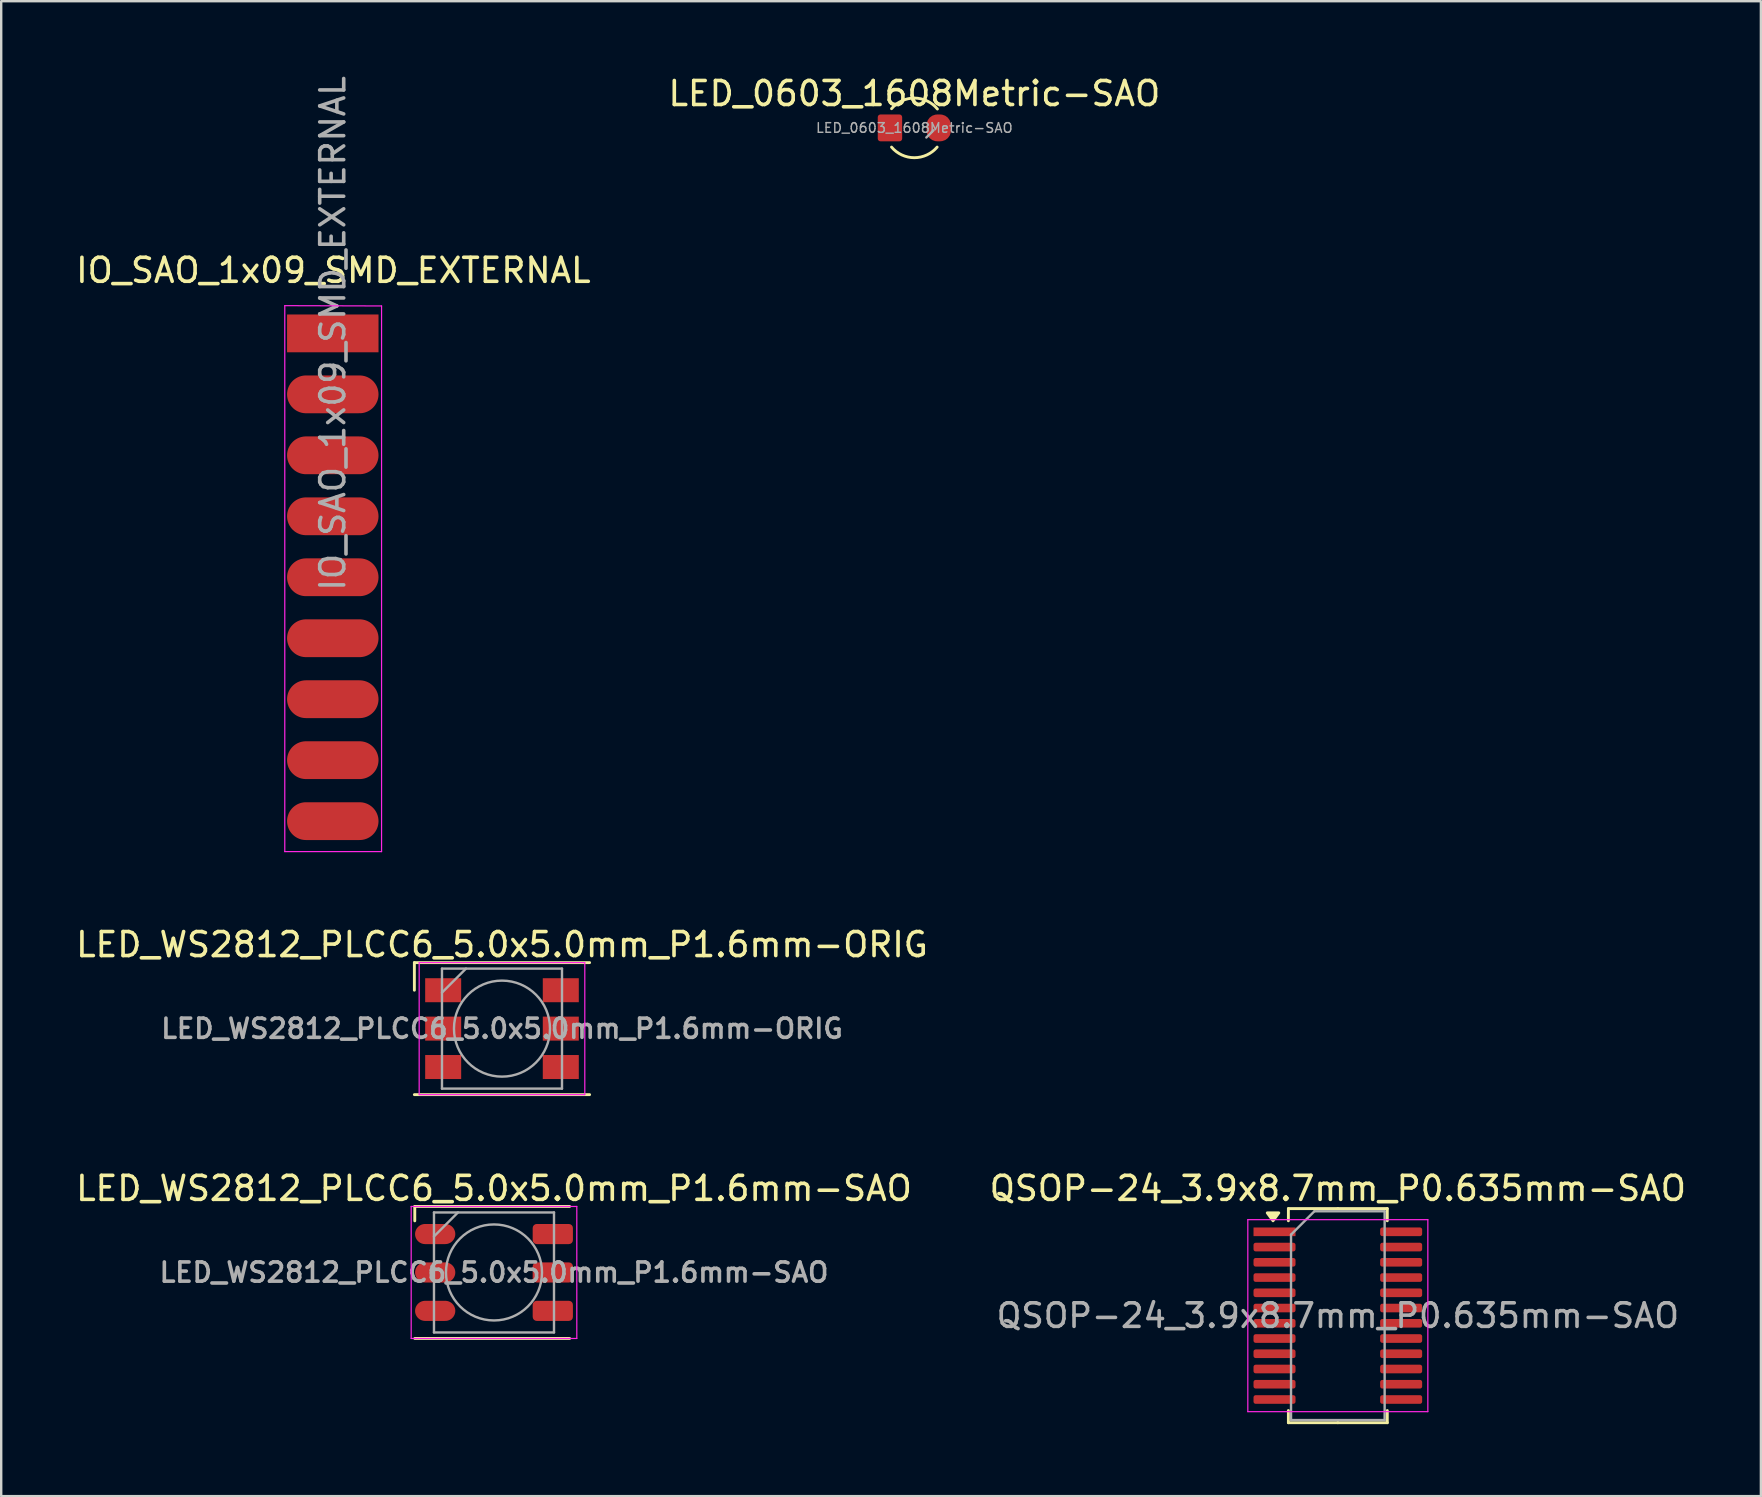
<source format=kicad_pcb>
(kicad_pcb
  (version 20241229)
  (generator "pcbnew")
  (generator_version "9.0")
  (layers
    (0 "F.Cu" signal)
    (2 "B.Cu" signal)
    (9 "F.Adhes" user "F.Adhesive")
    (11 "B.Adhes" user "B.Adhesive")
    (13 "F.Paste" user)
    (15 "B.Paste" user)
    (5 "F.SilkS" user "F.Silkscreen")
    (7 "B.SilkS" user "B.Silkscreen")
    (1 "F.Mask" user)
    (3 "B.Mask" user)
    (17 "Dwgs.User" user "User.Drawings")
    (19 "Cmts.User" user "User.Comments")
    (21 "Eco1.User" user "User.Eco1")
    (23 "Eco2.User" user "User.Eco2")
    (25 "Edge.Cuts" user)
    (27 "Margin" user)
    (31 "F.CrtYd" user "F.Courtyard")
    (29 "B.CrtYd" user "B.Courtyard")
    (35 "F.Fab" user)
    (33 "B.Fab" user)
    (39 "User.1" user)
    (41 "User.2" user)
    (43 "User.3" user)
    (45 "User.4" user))
  (footprint "LED_0603_1608Metric-SAO"
    (layer "F.Cu")
    (at 35.042 2.278)
    (property "Reference" "LED_0603_1608Metric-SAO" (at 0 -1.43 0) (layer "F.SilkS") (effects (font (size 1 1) (thickness 0.15))))
    (attr smd)
    (fp_arc (start -0.95 -0.8) (mid 0.008795 -1.241943) (end 0.961235 -0.786465) (stroke (width 0.12) (type default)) (layer "F.SilkS"))
    (fp_arc (start 0.95 0.8) (mid 0 1.241974) (end -0.95 0.8) (stroke (width 0.12) (type default)) (layer "F.SilkS"))
    (fp_line (start 0.5 0.4) (end 0.8 0.1) (stroke (width 0.1) (type solid)) (layer "F.Fab"))
    (fp_text user "${REFERENCE}" (at 0 0 180) (layer "F.Fab") (effects (font (size 0.4 0.4) (thickness 0.06))))
    (pad "1" smd roundrect (at -1.016 0 180) (size 1.016 1.118) (layers "F.Cu" "F.Mask" "F.Paste") (roundrect_rratio 0.11))
    (pad "2" smd roundrect (at 1.016 0 180) (size 1.016 1.118) (layers "F.Cu" "F.Mask" "F.Paste") (roundrect_rratio 0.44)))
  (footprint "LED_WS2812_PLCC6_5.0x5.0mm_P1.6mm-ORIG"
    (layer "F.Cu")
    (at 17.863 39.803)
    (property "Reference" "LED_WS2812_PLCC6_5.0x5.0mm_P1.6mm-ORIG" (at 0 -3.5 0) (layer "F.SilkS") (effects (font (size 1 1) (thickness 0.15))))
    (attr smd)
    (fp_line (start -3.65 -2.75) (end 3.65 -2.75) (stroke (width 0.12) (type solid)) (layer "F.SilkS"))
    (fp_line (start -3.65 -1.6) (end -3.65 -2.75) (stroke (width 0.12) (type solid)) (layer "F.SilkS"))
    (fp_line (start -3.65 2.75) (end 3.65 2.75) (stroke (width 0.12) (type solid)) (layer "F.SilkS"))
    (fp_line (start -3.45 -2.75) (end -3.45 2.75) (stroke (width 0.05) (type solid)) (layer "F.CrtYd"))
    (fp_line (start -3.45 2.75) (end 3.45 2.75) (stroke (width 0.05) (type solid)) (layer "F.CrtYd"))
    (fp_line (start 3.45 -2.75) (end -3.45 -2.75) (stroke (width 0.05) (type solid)) (layer "F.CrtYd"))
    (fp_line (start 3.45 2.75) (end 3.45 -2.75) (stroke (width 0.05) (type solid)) (layer "F.CrtYd"))
    (fp_line (start -2.5 -2.5) (end 2.5 -2.5) (stroke (width 0.1) (type solid)) (layer "F.Fab"))
    (fp_line (start -2.5 -1.5) (end -1.5 -2.5) (stroke (width 0.1) (type solid)) (layer "F.Fab"))
    (fp_line (start -2.5 2.5) (end -2.5 -2.5) (stroke (width 0.1) (type solid)) (layer "F.Fab"))
    (fp_line (start 2.5 -2.5) (end 2.5 2.5) (stroke (width 0.1) (type solid)) (layer "F.Fab"))
    (fp_line (start 2.5 2.5) (end -2.5 2.5) (stroke (width 0.1) (type solid)) (layer "F.Fab"))
    (fp_circle (center 0 0) (end 0 -2) (stroke (width 0.1) (type solid)) (fill no) (layer "F.Fab"))
    (fp_text user "${REFERENCE}" (at 0 0 0) (layer "F.Fab") (effects (font (size 0.8 0.8) (thickness 0.15))))
    (pad "1" smd rect (at -2.45 -1.6) (size 1.5 1) (layers "F.Cu" "F.Mask" "F.Paste"))
    (pad "2" smd rect (at -2.45 0) (size 1.5 1) (layers "F.Cu" "F.Mask" "F.Paste"))
    (pad "3" smd rect (at -2.45 1.6) (size 1.5 1) (layers "F.Cu" "F.Mask" "F.Paste"))
    (pad "4" smd rect (at 2.45 1.6) (size 1.5 1) (layers "F.Cu" "F.Mask" "F.Paste"))
    (pad "5" smd rect (at 2.45 0) (size 1.5 1) (layers "F.Cu" "F.Mask" "F.Paste"))
    (pad "6" smd rect (at 2.45 -1.6) (size 1.5 1) (layers "F.Cu" "F.Mask" "F.Paste")))
  (footprint "QSOP-24_3.9x8.7mm_P0.635mm-SAO"
    (layer "F.Cu")
    (at 52.685 51.761)
    (property "Reference" "QSOP-24_3.9x8.7mm_P0.635mm-SAO" (at 0 -5.3 0) (layer "F.SilkS") (effects (font (size 1 1) (thickness 0.15))))
    (attr smd)
    (fp_line (start -2.06 -4.46) (end -2.06 -3.953) (stroke (width 0.12) (type solid)) (layer "F.SilkS"))
    (fp_line (start -2.06 4.46) (end -2.06 3.953) (stroke (width 0.12) (type solid)) (layer "F.SilkS"))
    (fp_line (start 0 -4.46) (end -2.06 -4.46) (stroke (width 0.12) (type solid)) (layer "F.SilkS"))
    (fp_line (start 0 -4.46) (end 2.06 -4.46) (stroke (width 0.12) (type solid)) (layer "F.SilkS"))
    (fp_line (start 0 4.46) (end -2.06 4.46) (stroke (width 0.12) (type solid)) (layer "F.SilkS"))
    (fp_line (start 0 4.46) (end 2.06 4.46) (stroke (width 0.12) (type solid)) (layer "F.SilkS"))
    (fp_line (start 2.06 -4.46) (end 2.06 -3.953) (stroke (width 0.12) (type solid)) (layer "F.SilkS"))
    (fp_line (start 2.06 4.46) (end 2.06 3.953) (stroke (width 0.12) (type solid)) (layer "F.SilkS"))
    (fp_poly (pts (xy -2.7 -3.953) (xy -2.94 -4.282) (xy -2.46 -4.282) (xy -2.7 -3.953)) (stroke (width 0.12) (type solid)) (fill yes) (layer "F.SilkS"))
    (fp_line (start -3.75 -4) (end -3.75 4) (stroke (width 0.05) (type solid)) (layer "F.CrtYd"))
    (fp_line (start -3.75 4) (end 3.75 4) (stroke (width 0.05) (type solid)) (layer "F.CrtYd"))
    (fp_line (start 3.75 -4) (end -3.75 -4) (stroke (width 0.05) (type solid)) (layer "F.CrtYd"))
    (fp_line (start 3.75 4) (end 3.75 -4) (stroke (width 0.05) (type solid)) (layer "F.CrtYd"))
    (fp_line (start -1.95 -3.375) (end -0.975 -4.35) (stroke (width 0.1) (type solid)) (layer "F.Fab"))
    (fp_line (start -1.95 4.35) (end -1.95 -3.375) (stroke (width 0.1) (type solid)) (layer "F.Fab"))
    (fp_line (start -0.975 -4.35) (end 1.95 -4.35) (stroke (width 0.1) (type solid)) (layer "F.Fab"))
    (fp_line (start 1.95 -4.35) (end 1.95 4.35) (stroke (width 0.1) (type solid)) (layer "F.Fab"))
    (fp_line (start 1.95 4.35) (end -1.95 4.35) (stroke (width 0.1) (type solid)) (layer "F.Fab"))
    (fp_text user "${REFERENCE}" (at 0 0 0) (layer "F.Fab") (effects (font (size 0.98 0.98) (thickness 0.15))))
    (pad "1" smd rect (at -2.638 -3.493) (size 1.75 0.36) (layers "F.Cu" "F.Mask" "F.Paste"))
    (pad "2" smd roundrect (at -2.638 -2.857) (size 1.75 0.36) (layers "F.Cu" "F.Mask" "F.Paste") (roundrect_rratio 0.25))
    (pad "3" smd roundrect (at -2.638 -2.223) (size 1.75 0.36) (layers "F.Cu" "F.Mask" "F.Paste") (roundrect_rratio 0.25))
    (pad "4" smd roundrect (at -2.638 -1.587) (size 1.75 0.36) (layers "F.Cu" "F.Mask" "F.Paste") (roundrect_rratio 0.25))
    (pad "5" smd roundrect (at -2.638 -0.953) (size 1.75 0.36) (layers "F.Cu" "F.Mask" "F.Paste") (roundrect_rratio 0.25))
    (pad "6" smd roundrect (at -2.638 -0.318) (size 1.75 0.36) (layers "F.Cu" "F.Mask" "F.Paste") (roundrect_rratio 0.25))
    (pad "7" smd roundrect (at -2.638 0.318) (size 1.75 0.36) (layers "F.Cu" "F.Mask" "F.Paste") (roundrect_rratio 0.25))
    (pad "8" smd roundrect (at -2.638 0.953) (size 1.75 0.36) (layers "F.Cu" "F.Mask" "F.Paste") (roundrect_rratio 0.25))
    (pad "9" smd roundrect (at -2.638 1.587) (size 1.75 0.36) (layers "F.Cu" "F.Mask" "F.Paste") (roundrect_rratio 0.25))
    (pad "10" smd roundrect (at -2.638 2.223) (size 1.75 0.36) (layers "F.Cu" "F.Mask" "F.Paste") (roundrect_rratio 0.25))
    (pad "11" smd roundrect (at -2.638 2.857) (size 1.75 0.36) (layers "F.Cu" "F.Mask" "F.Paste") (roundrect_rratio 0.25))
    (pad "12" smd roundrect (at -2.638 3.493) (size 1.75 0.36) (layers "F.Cu" "F.Mask" "F.Paste") (roundrect_rratio 0.25))
    (pad "13" smd roundrect (at 2.638 3.493) (size 1.75 0.36) (layers "F.Cu" "F.Mask" "F.Paste") (roundrect_rratio 0.25))
    (pad "14" smd roundrect (at 2.638 2.857) (size 1.75 0.36) (layers "F.Cu" "F.Mask" "F.Paste") (roundrect_rratio 0.25))
    (pad "15" smd roundrect (at 2.638 2.223) (size 1.75 0.36) (layers "F.Cu" "F.Mask" "F.Paste") (roundrect_rratio 0.25))
    (pad "16" smd roundrect (at 2.638 1.587) (size 1.75 0.36) (layers "F.Cu" "F.Mask" "F.Paste") (roundrect_rratio 0.25))
    (pad "17" smd roundrect (at 2.638 0.953) (size 1.75 0.36) (layers "F.Cu" "F.Mask" "F.Paste") (roundrect_rratio 0.25))
    (pad "18" smd roundrect (at 2.638 0.318) (size 1.75 0.36) (layers "F.Cu" "F.Mask" "F.Paste") (roundrect_rratio 0.25))
    (pad "19" smd roundrect (at 2.638 -0.318) (size 1.75 0.36) (layers "F.Cu" "F.Mask" "F.Paste") (roundrect_rratio 0.25))
    (pad "20" smd roundrect (at 2.638 -0.953) (size 1.75 0.36) (layers "F.Cu" "F.Mask" "F.Paste") (roundrect_rratio 0.25))
    (pad "21" smd roundrect (at 2.638 -1.587) (size 1.75 0.36) (layers "F.Cu" "F.Mask" "F.Paste") (roundrect_rratio 0.25))
    (pad "22" smd roundrect (at 2.638 -2.223) (size 1.75 0.36) (layers "F.Cu" "F.Mask" "F.Paste") (roundrect_rratio 0.25))
    (pad "23" smd roundrect (at 2.638 -2.857) (size 1.75 0.36) (layers "F.Cu" "F.Mask" "F.Paste") (roundrect_rratio 0.25))
    (pad "24" smd roundrect (at 2.638 -3.493) (size 1.75 0.36) (layers "F.Cu" "F.Mask" "F.Paste") (roundrect_rratio 0.25)))
  (footprint "IO_SAO_1x09_SMD_EXTERNAL"
    (layer "F.Cu")
    (at 10.814 10.839)
    (property "Reference" "IO_SAO_1x09_SMD_EXTERNAL" (at 0.025 -2.625 0) (layer "F.SilkS") (effects (font (size 1 1) (thickness 0.15))))
    (attr smd)
    (fp_line (start -2 -1.155) (end -2 21.59) (stroke (width 0.05) (type solid)) (layer "F.CrtYd"))
    (fp_line (start -2 21.59) (end 2.032 21.59) (stroke (width 0.05) (type solid)) (layer "F.CrtYd"))
    (fp_line (start 2.032 -1.143) (end -2 -1.155) (stroke (width 0.05) (type solid)) (layer "F.CrtYd"))
    (fp_line (start 2.032 21.59) (end 2.032 -1.143) (stroke (width 0.05) (type solid)) (layer "F.CrtYd"))
    (fp_text user "${REFERENCE}" (at 0 0 90) (layer "F.Fab") (effects (font (size 1 1) (thickness 0.15))))
    (pad "1" smd rect (at 0 0 180) (size 3.81 1.575) (layers "F.Cu" "F.Mask" "F.Paste"))
    (pad "2" smd oval (at 0 2.54 180) (size 3.81 1.575) (layers "F.Cu" "F.Mask" "F.Paste"))
    (pad "3" smd oval (at 0 5.08 180) (size 3.81 1.575) (layers "F.Cu" "F.Mask" "F.Paste"))
    (pad "4" smd oval (at 0 7.62 180) (size 3.81 1.575) (layers "F.Cu" "F.Mask" "F.Paste"))
    (pad "5" smd oval (at 0 10.16 180) (size 3.81 1.575) (layers "F.Cu" "F.Mask" "F.Paste"))
    (pad "6" smd oval (at 0 12.7 180) (size 3.81 1.575) (layers "F.Cu" "F.Mask" "F.Paste"))
    (pad "7" smd oval (at 0 15.24 180) (size 3.81 1.575) (layers "F.Cu" "F.Mask" "F.Paste"))
    (pad "8" smd oval (at 0 17.78 180) (size 3.81 1.575) (layers "F.Cu" "F.Mask" "F.Paste"))
    (pad "9" smd oval (at 0 20.32 180) (size 3.81 1.575) (layers "F.Cu" "F.Mask" "F.Paste")))
  (footprint "LED_WS2812_PLCC6_5.0x5.0mm_P1.6mm-SAO"
    (layer "F.Cu")
    (at 17.53 49.961)
    (property "Reference" "LED_WS2812_PLCC6_5.0x5.0mm_P1.6mm-SAO" (at 0 -3.5 0) (layer "F.SilkS") (effects (font (size 1 1) (thickness 0.15))))
    (attr smd)
    (fp_line (start -3.3 -2.75) (end 3.15 -2.75) (stroke (width 0.12) (type solid)) (layer "F.SilkS"))
    (fp_line (start -3.3 -2.15) (end -3.3 -2.75) (stroke (width 0.12) (type solid)) (layer "F.SilkS"))
    (fp_line (start -3.3 2.75) (end 3.15 2.75) (stroke (width 0.12) (type solid)) (layer "F.SilkS"))
    (fp_line (start -3.45 -2.75) (end -3.45 2.75) (stroke (width 0.05) (type solid)) (layer "F.CrtYd"))
    (fp_line (start -3.45 2.75) (end 3.45 2.75) (stroke (width 0.05) (type solid)) (layer "F.CrtYd"))
    (fp_line (start 3.45 -2.75) (end -3.45 -2.75) (stroke (width 0.05) (type solid)) (layer "F.CrtYd"))
    (fp_line (start 3.45 2.75) (end 3.45 -2.75) (stroke (width 0.05) (type solid)) (layer "F.CrtYd"))
    (fp_line (start -2.5 -2.5) (end 2.5 -2.5) (stroke (width 0.1) (type solid)) (layer "F.Fab"))
    (fp_line (start -2.5 -1.5) (end -1.5 -2.5) (stroke (width 0.1) (type solid)) (layer "F.Fab"))
    (fp_line (start -2.5 2.5) (end -2.5 -2.5) (stroke (width 0.1) (type solid)) (layer "F.Fab"))
    (fp_line (start 2.5 -2.5) (end 2.5 2.5) (stroke (width 0.1) (type solid)) (layer "F.Fab"))
    (fp_line (start 2.5 2.5) (end -2.5 2.5) (stroke (width 0.1) (type solid)) (layer "F.Fab"))
    (fp_circle (center 0 0) (end 0 -2) (stroke (width 0.1) (type solid)) (fill no) (layer "F.Fab"))
    (fp_text user "${REFERENCE}" (at 0 0 0) (layer "F.Fab") (effects (font (size 0.8 0.8) (thickness 0.15))))
    (pad "1" smd oval (at -2.45 -1.6) (size 1.676 0.838) (layers "F.Cu" "F.Mask" "F.Paste"))
    (pad "2" smd roundrect (at 2.45 -1.6) (size 1.676 0.838) (layers "F.Cu" "F.Mask" "F.Paste") (roundrect_rratio 0.2))
    (pad "3" smd oval (at -2.45 0) (size 1.676 0.838) (layers "F.Cu" "F.Mask" "F.Paste"))
    (pad "4" smd roundrect (at 2.45 0) (size 1.676 0.838) (layers "F.Cu" "F.Mask" "F.Paste") (roundrect_rratio 0.2))
    (pad "5" smd oval (at -2.45 1.6) (size 1.676 0.838) (layers "F.Cu" "F.Mask" "F.Paste"))
    (pad "6" smd roundrect (at 2.45 1.6) (size 1.676 0.838) (layers "F.Cu" "F.Mask" "F.Paste") (roundrect_rratio 0.2)))
  (gr_rect
    (start -3 -3)
    (end 70.31 59.281)
    (stroke (width 0.1) (type default))
    (fill no)
    (layer "Edge.Cuts")))
</source>
